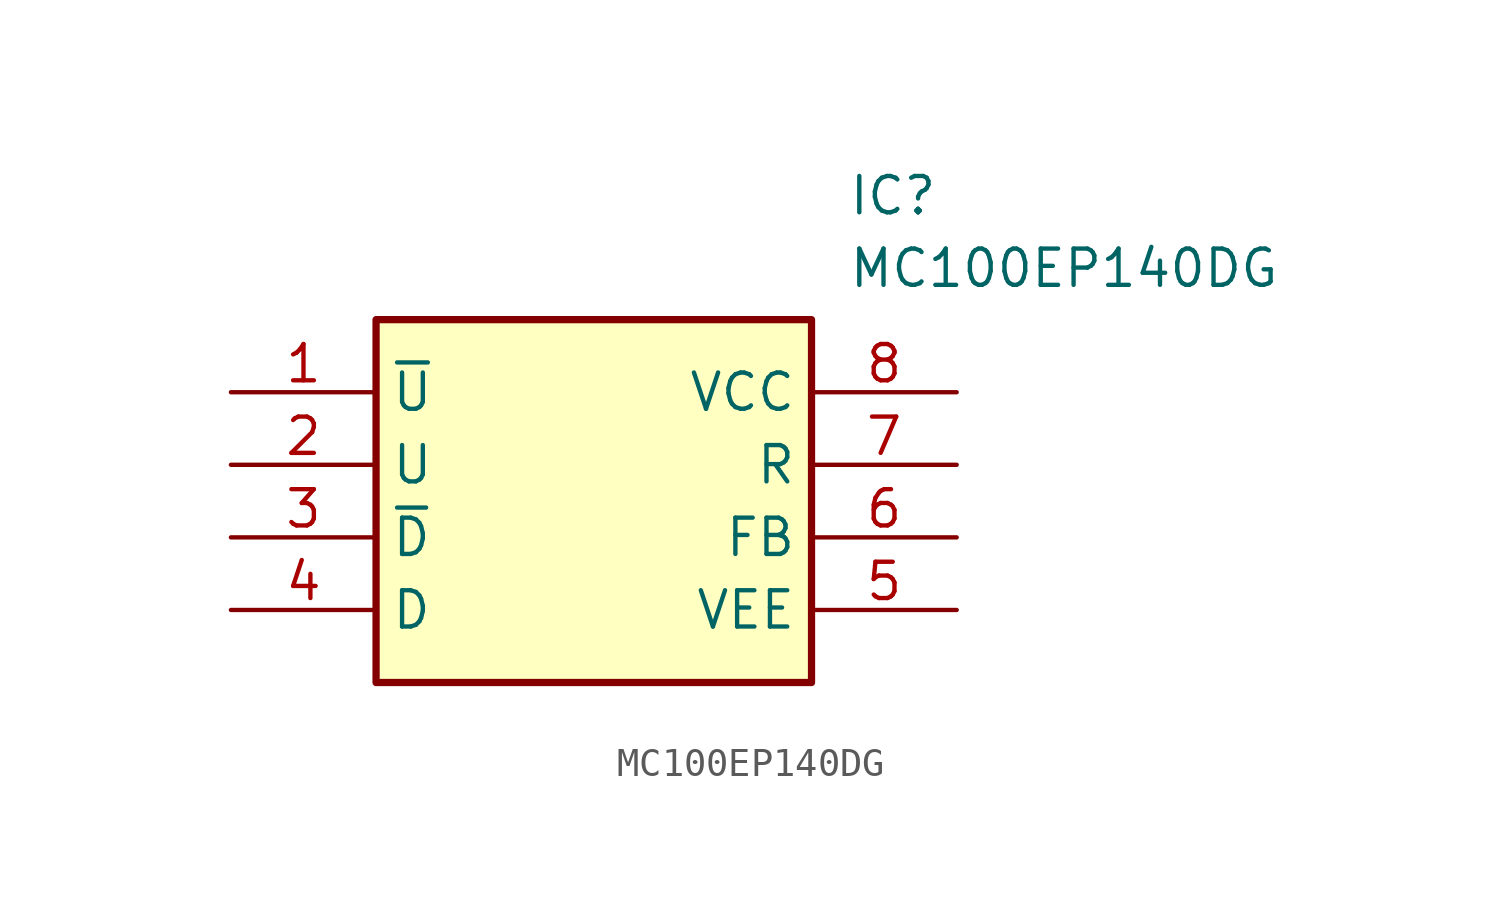
<source format=kicad_sym>
(kicad_symbol_lib
  (version 20211014)
  (generator SamacSys_ECAD_Model)
  (symbol "MC100EP140DG"
    (property "Reference" "IC"
      (at 21.59 7.62 0)
      (effects (font (size 1.27 1.27)) (justify left top)))
    (property "Value" "MC100EP140DG"
      (at 21.59 5.08 0)
      (effects (font (size 1.27 1.27)) (justify left top)))
    (rectangle
      (start 5.08 2.54)
      (end 20.32 -10.16)
      (stroke (width 0.254) (type default))
      (fill (type background)))
    (pin passive line
      (at 0 0 0)
      (length 5.08)
      (name "~{U}" (effects (font (size 1.27 1.27))))
      (number "1" (effects (font (size 1.27 1.27)))))
    (pin passive line
      (at 0 -2.54 0)
      (length 5.08)
      (name "U" (effects (font (size 1.27 1.27))))
      (number "2" (effects (font (size 1.27 1.27)))))
    (pin passive line
      (at 0 -5.08 0)
      (length 5.08)
      (name "~{D}" (effects (font (size 1.27 1.27))))
      (number "3" (effects (font (size 1.27 1.27)))))
    (pin passive line
      (at 0 -7.62 0)
      (length 5.08)
      (name "D" (effects (font (size 1.27 1.27))))
      (number "4" (effects (font (size 1.27 1.27)))))
    (pin passive line
      (at 25.4 0 180)
      (length 5.08)
      (name "VCC" (effects (font (size 1.27 1.27))))
      (number "8" (effects (font (size 1.27 1.27)))))
    (pin passive line
      (at 25.4 -2.54 180)
      (length 5.08)
      (name "R" (effects (font (size 1.27 1.27))))
      (number "7" (effects (font (size 1.27 1.27)))))
    (pin passive line
      (at 25.4 -5.08 180)
      (length 5.08)
      (name "FB" (effects (font (size 1.27 1.27))))
      (number "6" (effects (font (size 1.27 1.27)))))
    (pin passive line
      (at 25.4 -7.62 180)
      (length 5.08)
      (name "VEE" (effects (font (size 1.27 1.27))))
      (number "5" (effects (font (size 1.27 1.27)))))))
</source>
